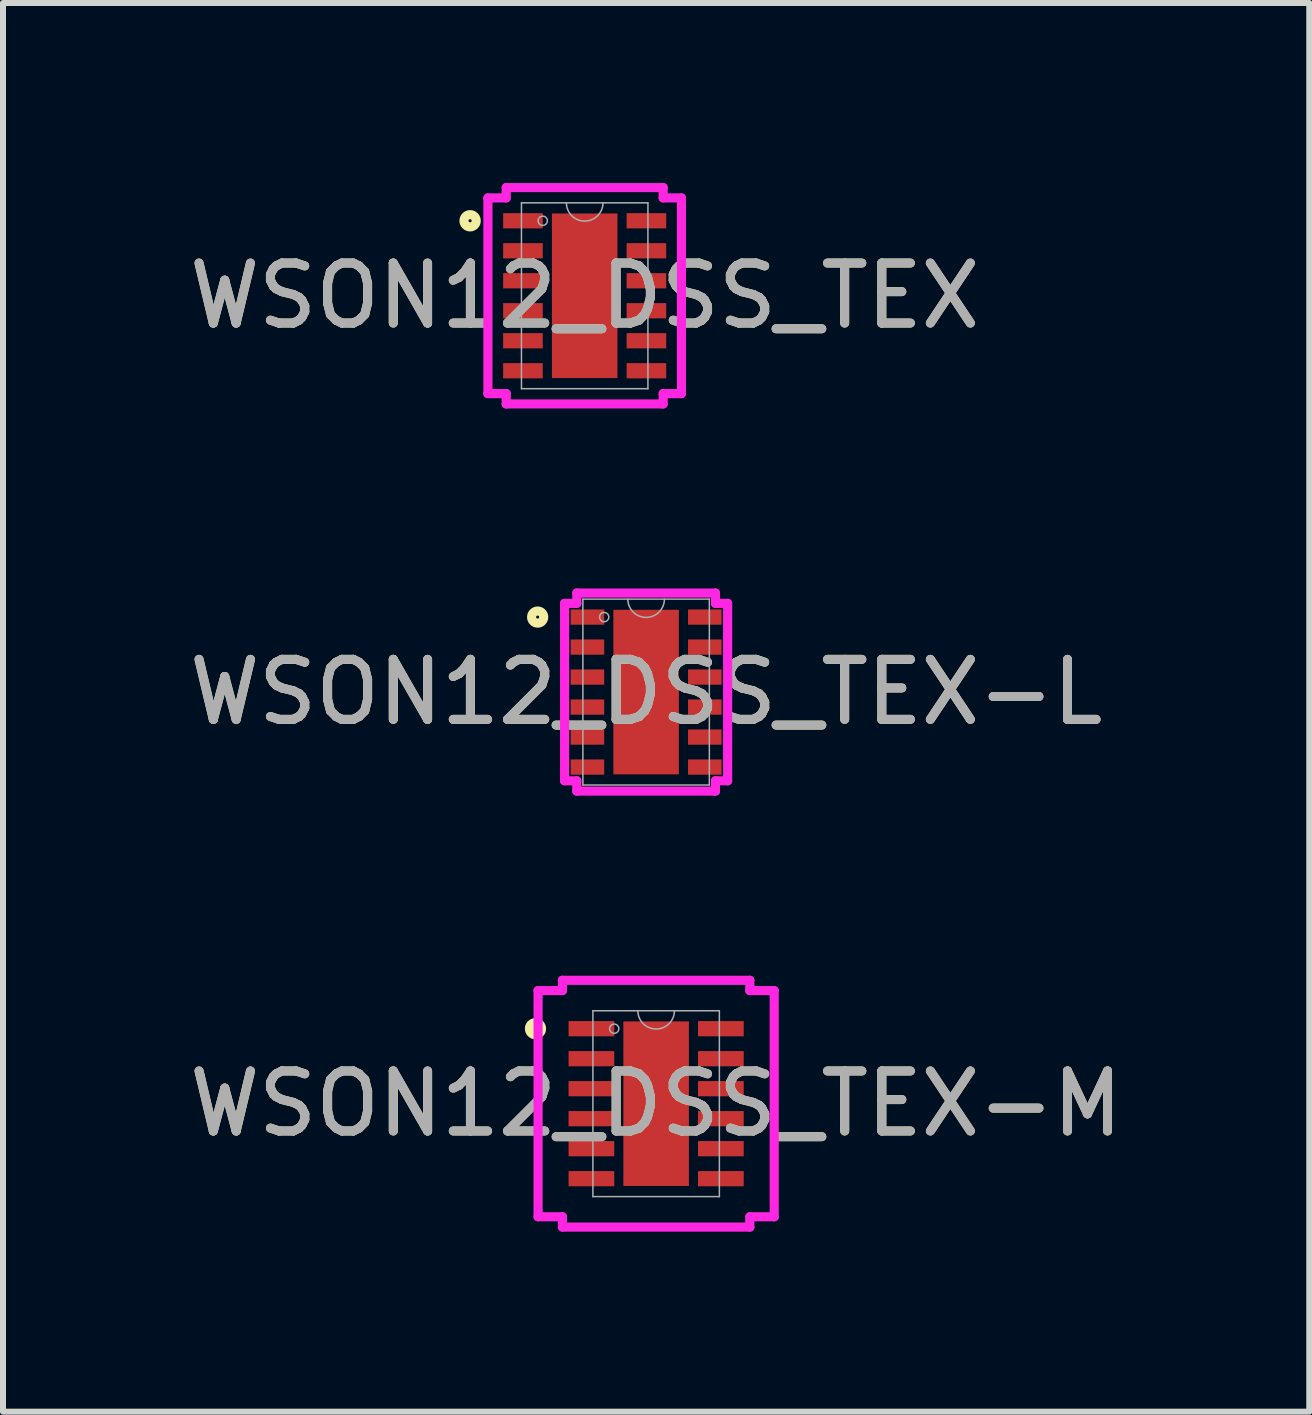
<source format=kicad_pcb>
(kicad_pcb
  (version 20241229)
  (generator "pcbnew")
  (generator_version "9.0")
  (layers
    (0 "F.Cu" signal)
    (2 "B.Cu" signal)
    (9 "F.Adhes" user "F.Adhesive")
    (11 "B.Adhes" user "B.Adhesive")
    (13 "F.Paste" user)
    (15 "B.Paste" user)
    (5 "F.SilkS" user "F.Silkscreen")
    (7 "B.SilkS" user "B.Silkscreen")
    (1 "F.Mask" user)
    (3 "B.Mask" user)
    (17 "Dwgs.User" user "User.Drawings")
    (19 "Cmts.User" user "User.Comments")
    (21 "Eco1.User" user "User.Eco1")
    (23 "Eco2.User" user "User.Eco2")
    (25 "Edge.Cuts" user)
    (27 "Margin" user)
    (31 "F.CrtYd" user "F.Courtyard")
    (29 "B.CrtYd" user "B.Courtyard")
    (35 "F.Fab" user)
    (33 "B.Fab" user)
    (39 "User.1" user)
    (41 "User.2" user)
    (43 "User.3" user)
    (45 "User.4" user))
  (footprint "WSON12_DSS_TEX-M"
    (layer "F.Cu")
    (at 7.887 15.347)
    (property "Reference" "WSON12_DSS_TEX-M" (at 0 0 0) (unlocked yes) (layer "F.SilkS") (effects (font (size 1 1) (thickness 0.15))))
    (attr smd)
    (fp_circle (center -2.011 -1.25) (end -1.91 -1.25) (stroke (width 0.152) (type solid)) (fill no) (layer "F.SilkS"))
    (fp_poly (pts (xy -0.446 -1.272) (xy -0.446 -0.1) (xy 0.446 -0.1) (xy 0.446 -1.272)) (stroke (width 0) (type solid)) (fill yes) (layer "F.Paste"))
    (fp_poly (pts (xy -0.446 0.1) (xy -0.446 1.272) (xy 0.446 1.272) (xy 0.446 0.1)) (stroke (width 0) (type solid)) (fill yes) (layer "F.Paste"))
    (fp_line (start -1.968 -1.885) (end -1.562 -1.885) (stroke (width 0.152) (type solid)) (layer "F.CrtYd"))
    (fp_line (start -1.968 1.885) (end -1.968 -1.885) (stroke (width 0.152) (type solid)) (layer "F.CrtYd"))
    (fp_line (start -1.968 1.885) (end -1.562 1.885) (stroke (width 0.152) (type solid)) (layer "F.CrtYd"))
    (fp_line (start -1.562 -2.057) (end 1.562 -2.057) (stroke (width 0.152) (type solid)) (layer "F.CrtYd"))
    (fp_line (start -1.562 -1.885) (end -1.562 -2.057) (stroke (width 0.152) (type solid)) (layer "F.CrtYd"))
    (fp_line (start -1.562 2.057) (end -1.562 1.885) (stroke (width 0.152) (type solid)) (layer "F.CrtYd"))
    (fp_line (start 1.562 -2.057) (end 1.562 -1.885) (stroke (width 0.152) (type solid)) (layer "F.CrtYd"))
    (fp_line (start 1.562 1.885) (end 1.562 2.057) (stroke (width 0.152) (type solid)) (layer "F.CrtYd"))
    (fp_line (start 1.562 2.057) (end -1.562 2.057) (stroke (width 0.152) (type solid)) (layer "F.CrtYd"))
    (fp_line (start 1.968 -1.885) (end 1.562 -1.885) (stroke (width 0.152) (type solid)) (layer "F.CrtYd"))
    (fp_line (start 1.968 -1.885) (end 1.968 1.885) (stroke (width 0.152) (type solid)) (layer "F.CrtYd"))
    (fp_line (start 1.968 1.885) (end 1.562 1.885) (stroke (width 0.152) (type solid)) (layer "F.CrtYd"))
    (fp_line (start -1.054 -1.549) (end -1.054 1.549) (stroke (width 0.025) (type solid)) (layer "F.Fab"))
    (fp_line (start -1.054 1.549) (end 1.054 1.549) (stroke (width 0.025) (type solid)) (layer "F.Fab"))
    (fp_line (start 1.054 -1.549) (end -1.054 -1.549) (stroke (width 0.025) (type solid)) (layer "F.Fab"))
    (fp_line (start 1.054 1.549) (end 1.054 -1.549) (stroke (width 0.025) (type solid)) (layer "F.Fab"))
    (fp_arc (start 0.3048 -1.5494) (mid 0 -1.2446) (end -0.3048 -1.5494) (stroke (width 0.0254) (type solid)) (layer "F.Fab"))
    (fp_circle (center -0.699 -1.25) (end -0.622 -1.25) (stroke (width 0.025) (type solid)) (fill no) (layer "F.Fab"))
    (fp_text user "${REFERENCE}" (at 0 0 0) (unlocked yes) (layer "F.Fab") (effects (font (size 1 1) (thickness 0.15))))
    (pad "1" smd rect (at -1.079 -1.25) (size 0.762 0.254) (layers "F.Cu" "F.Mask" "F.Paste"))
    (pad "2" smd rect (at -1.079 -0.75) (size 0.762 0.254) (layers "F.Cu" "F.Mask" "F.Paste"))
    (pad "3" smd rect (at -1.079 -0.25) (size 0.762 0.254) (layers "F.Cu" "F.Mask" "F.Paste"))
    (pad "4" smd rect (at -1.079 0.25) (size 0.762 0.254) (layers "F.Cu" "F.Mask" "F.Paste"))
    (pad "5" smd rect (at -1.079 0.75) (size 0.762 0.254) (layers "F.Cu" "F.Mask" "F.Paste"))
    (pad "6" smd rect (at -1.079 1.25) (size 0.762 0.254) (layers "F.Cu" "F.Mask" "F.Paste"))
    (pad "7" smd rect (at 1.079 1.25) (size 0.762 0.254) (layers "F.Cu" "F.Mask" "F.Paste"))
    (pad "8" smd rect (at 1.079 0.75) (size 0.762 0.254) (layers "F.Cu" "F.Mask" "F.Paste"))
    (pad "9" smd rect (at 1.079 0.25) (size 0.762 0.254) (layers "F.Cu" "F.Mask" "F.Paste"))
    (pad "10" smd rect (at 1.079 -0.25) (size 0.762 0.254) (layers "F.Cu" "F.Mask" "F.Paste"))
    (pad "11" smd rect (at 1.079 -0.75) (size 0.762 0.254) (layers "F.Cu" "F.Mask" "F.Paste"))
    (pad "12" smd rect (at 1.079 -1.25) (size 0.762 0.254) (layers "F.Cu" "F.Mask" "F.Paste"))
    (pad "13" smd rect (at 0 0) (size 1.092 2.743) (layers "F.Cu" "F.Mask" "F.Paste")))
  (footprint "WSON12_DSS_TEX"
    (layer "F.Cu")
    (at 6.696 1.88)
    (property "Reference" "WSON12_DSS_TEX" (at 0 0 0) (unlocked yes) (layer "F.SilkS") (effects (font (size 1 1) (thickness 0.15))))
    (attr smd)
    (fp_circle (center -1.91 -1.25) (end -1.808 -1.25) (stroke (width 0.152) (type solid)) (fill no) (layer "F.SilkS"))
    (fp_poly (pts (xy -0.446 -1.272) (xy -0.446 -0.1) (xy 0.446 -0.1) (xy 0.446 -1.272)) (stroke (width 0) (type solid)) (fill yes) (layer "F.Paste"))
    (fp_poly (pts (xy -0.446 0.1) (xy -0.446 1.272) (xy 0.446 1.272) (xy 0.446 0.1)) (stroke (width 0) (type solid)) (fill yes) (layer "F.Paste"))
    (fp_line (start -1.613 -1.631) (end -1.308 -1.631) (stroke (width 0.152) (type solid)) (layer "F.CrtYd"))
    (fp_line (start -1.613 1.631) (end -1.613 -1.631) (stroke (width 0.152) (type solid)) (layer "F.CrtYd"))
    (fp_line (start -1.613 1.631) (end -1.308 1.631) (stroke (width 0.152) (type solid)) (layer "F.CrtYd"))
    (fp_line (start -1.308 -1.803) (end 1.308 -1.803) (stroke (width 0.152) (type solid)) (layer "F.CrtYd"))
    (fp_line (start -1.308 -1.631) (end -1.308 -1.803) (stroke (width 0.152) (type solid)) (layer "F.CrtYd"))
    (fp_line (start -1.308 1.803) (end -1.308 1.631) (stroke (width 0.152) (type solid)) (layer "F.CrtYd"))
    (fp_line (start 1.308 -1.803) (end 1.308 -1.631) (stroke (width 0.152) (type solid)) (layer "F.CrtYd"))
    (fp_line (start 1.308 1.631) (end 1.308 1.803) (stroke (width 0.152) (type solid)) (layer "F.CrtYd"))
    (fp_line (start 1.308 1.803) (end -1.308 1.803) (stroke (width 0.152) (type solid)) (layer "F.CrtYd"))
    (fp_line (start 1.613 -1.631) (end 1.308 -1.631) (stroke (width 0.152) (type solid)) (layer "F.CrtYd"))
    (fp_line (start 1.613 -1.631) (end 1.613 1.631) (stroke (width 0.152) (type solid)) (layer "F.CrtYd"))
    (fp_line (start 1.613 1.631) (end 1.308 1.631) (stroke (width 0.152) (type solid)) (layer "F.CrtYd"))
    (fp_line (start -1.054 -1.549) (end -1.054 1.549) (stroke (width 0.025) (type solid)) (layer "F.Fab"))
    (fp_line (start -1.054 1.549) (end 1.054 1.549) (stroke (width 0.025) (type solid)) (layer "F.Fab"))
    (fp_line (start 1.054 -1.549) (end -1.054 -1.549) (stroke (width 0.025) (type solid)) (layer "F.Fab"))
    (fp_line (start 1.054 1.549) (end 1.054 -1.549) (stroke (width 0.025) (type solid)) (layer "F.Fab"))
    (fp_arc (start 0.3048 -1.5494) (mid 0 -1.2446) (end -0.3048 -1.5494) (stroke (width 0.0254) (type solid)) (layer "F.Fab"))
    (fp_circle (center -0.699 -1.25) (end -0.622 -1.25) (stroke (width 0.025) (type solid)) (fill no) (layer "F.Fab"))
    (fp_text user "${REFERENCE}" (at 0 0 0) (unlocked yes) (layer "F.Fab") (effects (font (size 1 1) (thickness 0.15))))
    (pad "1" smd rect (at -1.029 -1.25) (size 0.66 0.254) (layers "F.Cu" "F.Mask" "F.Paste"))
    (pad "2" smd rect (at -1.029 -0.75) (size 0.66 0.254) (layers "F.Cu" "F.Mask" "F.Paste"))
    (pad "3" smd rect (at -1.029 -0.25) (size 0.66 0.254) (layers "F.Cu" "F.Mask" "F.Paste"))
    (pad "4" smd rect (at -1.029 0.25) (size 0.66 0.254) (layers "F.Cu" "F.Mask" "F.Paste"))
    (pad "5" smd rect (at -1.029 0.75) (size 0.66 0.254) (layers "F.Cu" "F.Mask" "F.Paste"))
    (pad "6" smd rect (at -1.029 1.25) (size 0.66 0.254) (layers "F.Cu" "F.Mask" "F.Paste"))
    (pad "7" smd rect (at 1.029 1.25) (size 0.66 0.254) (layers "F.Cu" "F.Mask" "F.Paste"))
    (pad "8" smd rect (at 1.029 0.75) (size 0.66 0.254) (layers "F.Cu" "F.Mask" "F.Paste"))
    (pad "9" smd rect (at 1.029 0.25) (size 0.66 0.254) (layers "F.Cu" "F.Mask" "F.Paste"))
    (pad "10" smd rect (at 1.029 -0.25) (size 0.66 0.254) (layers "F.Cu" "F.Mask" "F.Paste"))
    (pad "11" smd rect (at 1.029 -0.75) (size 0.66 0.254) (layers "F.Cu" "F.Mask" "F.Paste"))
    (pad "12" smd rect (at 1.029 -1.25) (size 0.66 0.254) (layers "F.Cu" "F.Mask" "F.Paste"))
    (pad "13" smd rect (at 0 0) (size 1.092 2.743) (layers "F.Cu" "F.Mask" "F.Paste")))
  (footprint "WSON12_DSS_TEX-L"
    (layer "F.Cu")
    (at 7.72 8.486)
    (property "Reference" "WSON12_DSS_TEX-L" (at 0 0 0) (unlocked yes) (layer "F.SilkS") (effects (font (size 1 1) (thickness 0.15))))
    (attr smd)
    (fp_circle (center -1.808 -1.25) (end -1.707 -1.25) (stroke (width 0.152) (type solid)) (fill no) (layer "F.SilkS"))
    (fp_poly (pts (xy -0.446 -1.272) (xy -0.446 -0.1) (xy 0.446 -0.1) (xy 0.446 -1.272)) (stroke (width 0) (type solid)) (fill yes) (layer "F.Paste"))
    (fp_poly (pts (xy -0.446 0.1) (xy -0.446 1.272) (xy 0.446 1.272) (xy 0.446 0.1)) (stroke (width 0) (type solid)) (fill yes) (layer "F.Paste"))
    (fp_line (start -1.359 -1.479) (end -1.156 -1.479) (stroke (width 0.152) (type solid)) (layer "F.CrtYd"))
    (fp_line (start -1.359 1.479) (end -1.359 -1.479) (stroke (width 0.152) (type solid)) (layer "F.CrtYd"))
    (fp_line (start -1.359 1.479) (end -1.156 1.479) (stroke (width 0.152) (type solid)) (layer "F.CrtYd"))
    (fp_line (start -1.156 -1.651) (end 1.156 -1.651) (stroke (width 0.152) (type solid)) (layer "F.CrtYd"))
    (fp_line (start -1.156 -1.479) (end -1.156 -1.651) (stroke (width 0.152) (type solid)) (layer "F.CrtYd"))
    (fp_line (start -1.156 1.651) (end -1.156 1.479) (stroke (width 0.152) (type solid)) (layer "F.CrtYd"))
    (fp_line (start 1.156 -1.651) (end 1.156 -1.479) (stroke (width 0.152) (type solid)) (layer "F.CrtYd"))
    (fp_line (start 1.156 1.479) (end 1.156 1.651) (stroke (width 0.152) (type solid)) (layer "F.CrtYd"))
    (fp_line (start 1.156 1.651) (end -1.156 1.651) (stroke (width 0.152) (type solid)) (layer "F.CrtYd"))
    (fp_line (start 1.359 -1.479) (end 1.156 -1.479) (stroke (width 0.152) (type solid)) (layer "F.CrtYd"))
    (fp_line (start 1.359 -1.479) (end 1.359 1.479) (stroke (width 0.152) (type solid)) (layer "F.CrtYd"))
    (fp_line (start 1.359 1.479) (end 1.156 1.479) (stroke (width 0.152) (type solid)) (layer "F.CrtYd"))
    (fp_line (start -1.054 -1.549) (end -1.054 1.549) (stroke (width 0.025) (type solid)) (layer "F.Fab"))
    (fp_line (start -1.054 1.549) (end 1.054 1.549) (stroke (width 0.025) (type solid)) (layer "F.Fab"))
    (fp_line (start 1.054 -1.549) (end -1.054 -1.549) (stroke (width 0.025) (type solid)) (layer "F.Fab"))
    (fp_line (start 1.054 1.549) (end 1.054 -1.549) (stroke (width 0.025) (type solid)) (layer "F.Fab"))
    (fp_arc (start 0.3048 -1.5494) (mid 0 -1.2446) (end -0.3048 -1.5494) (stroke (width 0.0254) (type solid)) (layer "F.Fab"))
    (fp_circle (center -0.699 -1.25) (end -0.622 -1.25) (stroke (width 0.025) (type solid)) (fill no) (layer "F.Fab"))
    (fp_text user "${REFERENCE}" (at 0 0 0) (unlocked yes) (layer "F.Fab") (effects (font (size 1 1) (thickness 0.15))))
    (pad "1" smd rect (at -0.978 -1.25) (size 0.559 0.254) (layers "F.Cu" "F.Mask" "F.Paste"))
    (pad "2" smd rect (at -0.978 -0.75) (size 0.559 0.254) (layers "F.Cu" "F.Mask" "F.Paste"))
    (pad "3" smd rect (at -0.978 -0.25) (size 0.559 0.254) (layers "F.Cu" "F.Mask" "F.Paste"))
    (pad "4" smd rect (at -0.978 0.25) (size 0.559 0.254) (layers "F.Cu" "F.Mask" "F.Paste"))
    (pad "5" smd rect (at -0.978 0.75) (size 0.559 0.254) (layers "F.Cu" "F.Mask" "F.Paste"))
    (pad "6" smd rect (at -0.978 1.25) (size 0.559 0.254) (layers "F.Cu" "F.Mask" "F.Paste"))
    (pad "7" smd rect (at 0.978 1.25) (size 0.559 0.254) (layers "F.Cu" "F.Mask" "F.Paste"))
    (pad "8" smd rect (at 0.978 0.75) (size 0.559 0.254) (layers "F.Cu" "F.Mask" "F.Paste"))
    (pad "9" smd rect (at 0.978 0.25) (size 0.559 0.254) (layers "F.Cu" "F.Mask" "F.Paste"))
    (pad "10" smd rect (at 0.978 -0.25) (size 0.559 0.254) (layers "F.Cu" "F.Mask" "F.Paste"))
    (pad "11" smd rect (at 0.978 -0.75) (size 0.559 0.254) (layers "F.Cu" "F.Mask" "F.Paste"))
    (pad "12" smd rect (at 0.978 -1.25) (size 0.559 0.254) (layers "F.Cu" "F.Mask" "F.Paste"))
    (pad "13" smd rect (at 0 0) (size 1.092 2.743) (layers "F.Cu" "F.Mask" "F.Paste")))
  (gr_rect
    (start -3 -3)
    (end 18.774 20.481)
    (stroke (width 0.1) (type default))
    (fill no)
    (layer "Edge.Cuts")))
</source>
